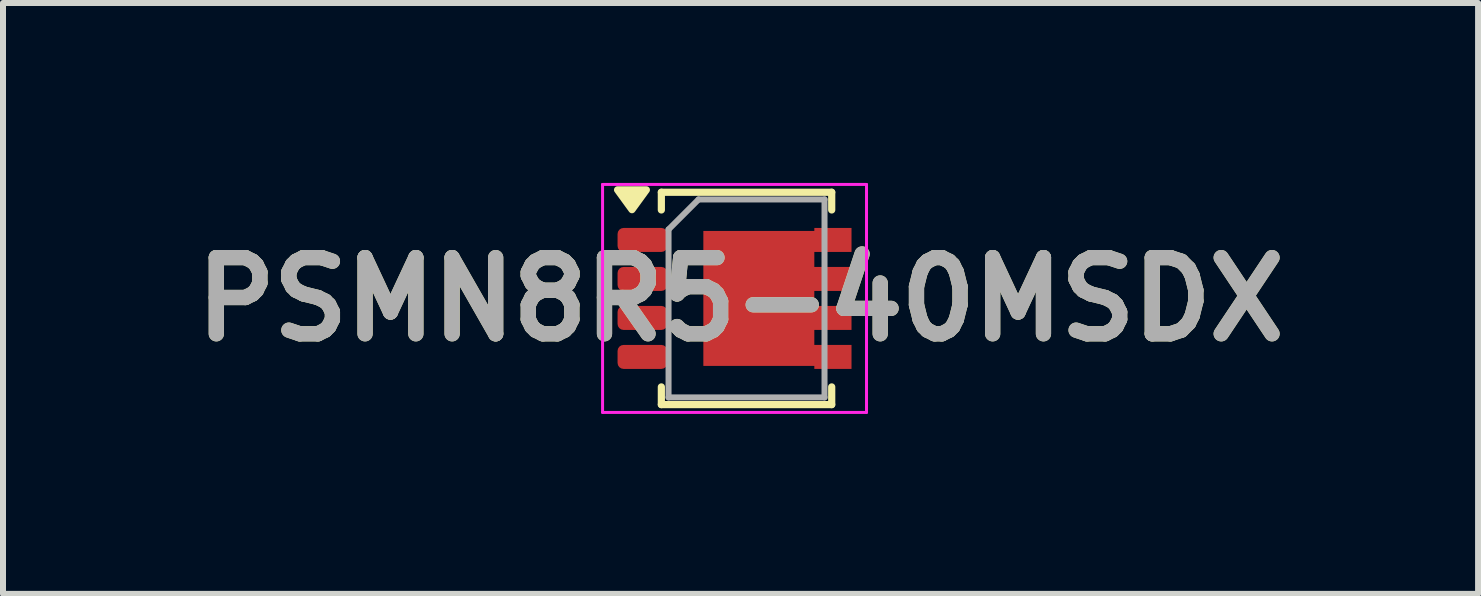
<source format=kicad_pcb>
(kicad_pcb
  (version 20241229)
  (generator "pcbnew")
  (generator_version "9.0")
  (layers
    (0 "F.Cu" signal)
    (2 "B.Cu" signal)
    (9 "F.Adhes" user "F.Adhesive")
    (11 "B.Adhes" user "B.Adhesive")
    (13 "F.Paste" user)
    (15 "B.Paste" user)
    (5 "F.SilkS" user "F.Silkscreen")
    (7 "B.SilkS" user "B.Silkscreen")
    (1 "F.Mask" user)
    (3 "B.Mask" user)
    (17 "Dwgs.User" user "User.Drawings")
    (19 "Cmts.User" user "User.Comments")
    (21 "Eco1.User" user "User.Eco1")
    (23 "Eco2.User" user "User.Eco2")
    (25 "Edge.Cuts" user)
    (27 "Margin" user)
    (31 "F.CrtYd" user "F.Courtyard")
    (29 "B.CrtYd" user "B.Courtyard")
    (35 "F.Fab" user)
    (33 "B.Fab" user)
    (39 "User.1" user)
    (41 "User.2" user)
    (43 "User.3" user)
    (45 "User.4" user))
  (footprint "PSMN8R5-40MSDX"
    (layer "F.Cu")
    (at 9.295 1.825)
    (property "Reference" "PSMN8R5-40MSDX" (at 0 0.115 0) (layer "F.SilkS") (effects (font (size 1.27 1.27) (thickness 0.254))))
    (attr smd)
    (fp_line (start -1.32 -1.67) (end -1.32 -1.375) (stroke (width 0.12) (type solid)) (layer "F.SilkS"))
    (fp_line (start -1.32 1.575) (end -1.32 1.87) (stroke (width 0.12) (type solid)) (layer "F.SilkS"))
    (fp_line (start -1.32 1.87) (end 1.52 1.87) (stroke (width 0.12) (type solid)) (layer "F.SilkS"))
    (fp_line (start 1.52 -1.67) (end -1.32 -1.67) (stroke (width 0.12) (type solid)) (layer "F.SilkS"))
    (fp_line (start 1.52 -1.375) (end 1.52 -1.67) (stroke (width 0.12) (type solid)) (layer "F.SilkS"))
    (fp_line (start 1.52 1.87) (end 1.52 1.575) (stroke (width 0.12) (type solid)) (layer "F.SilkS"))
    (fp_poly (pts (xy -1.81 -1.38) (xy -1.57 -1.71) (xy -2.05 -1.71) (xy -1.81 -1.38)) (stroke (width 0.12) (type solid)) (fill yes) (layer "F.SilkS"))
    (fp_line (start -2.3 -1.8) (end 2.1 -1.8) (stroke (width 0.05) (type solid)) (layer "F.CrtYd"))
    (fp_line (start -2.3 2) (end -2.3 -1.8) (stroke (width 0.05) (type solid)) (layer "F.CrtYd"))
    (fp_line (start -2.3 2) (end 2.1 2) (stroke (width 0.05) (type solid)) (layer "F.CrtYd"))
    (fp_line (start 2.1 -1.8) (end 2.1 2) (stroke (width 0.05) (type solid)) (layer "F.CrtYd"))
    (fp_line (start -1.2 -1.05) (end -1.2 1.75) (stroke (width 0.1) (type solid)) (layer "F.Fab"))
    (fp_line (start -1.2 1.75) (end 1.4 1.75) (stroke (width 0.1) (type solid)) (layer "F.Fab"))
    (fp_line (start -0.7 -1.55) (end -1.2 -1.05) (stroke (width 0.1) (type solid)) (layer "F.Fab"))
    (fp_line (start -0.7 -1.55) (end 1.4 -1.55) (stroke (width 0.1) (type solid)) (layer "F.Fab"))
    (fp_line (start 1.4 1.75) (end 1.4 -1.55) (stroke (width 0.1) (type solid)) (layer "F.Fab"))
    (fp_text user "${REFERENCE}" (at 0 0.115 0) (layer "F.Fab") (effects (font (size 1.27 1.27) (thickness 0.254))))
    (pad "" smd roundrect (at -1.635 -0.875) (size 0.83 0.3) (layers "F.Paste") (roundrect_rratio 0.25))
    (pad "" smd roundrect (at -1.635 -0.225) (size 0.83 0.3) (layers "F.Paste") (roundrect_rratio 0.25))
    (pad "" smd roundrect (at -1.635 0.425) (size 0.83 0.3) (layers "F.Paste") (roundrect_rratio 0.25))
    (pad "" smd roundrect (at -1.635 1.075) (size 0.83 0.3) (layers "F.Paste") (roundrect_rratio 0.25))
    (pad "" smd roundrect (at -0.315 -0.526) (size 0.51 0.635) (layers "F.Paste") (roundrect_rratio 0.25))
    (pad "" smd roundrect (at -0.315 0.726) (size 0.51 0.635) (layers "F.Paste") (roundrect_rratio 0.25))
    (pad "" smd roundrect (at 0.545 -0.526) (size 0.51 0.635) (layers "F.Paste") (roundrect_rratio 0.25))
    (pad "" smd roundrect (at 0.545 0.726) (size 0.51 0.635) (layers "F.Paste") (roundrect_rratio 0.25))
    (pad "" smd roundrect (at 1.475 -0.875) (size 0.83 0.3) (layers "F.Paste") (roundrect_rratio 0.25))
    (pad "" smd roundrect (at 1.475 -0.225) (size 0.83 0.3) (layers "F.Paste") (roundrect_rratio 0.25))
    (pad "" smd roundrect (at 1.475 0.425) (size 0.83 0.3) (layers "F.Paste") (roundrect_rratio 0.25))
    (pad "" smd roundrect (at 1.475 1.075) (size 0.83 0.3) (layers "F.Paste") (roundrect_rratio 0.25))
    (pad "1" smd roundrect (at -1.635 -0.875) (size 0.83 0.4) (layers "F.Cu" "F.Mask") (roundrect_rratio 0.25))
    (pad "1" smd roundrect (at -1.635 -0.225) (size 0.83 0.4) (layers "F.Cu" "F.Mask") (roundrect_rratio 0.25))
    (pad "1" smd roundrect (at -1.635 0.425) (size 0.83 0.4) (layers "F.Cu" "F.Mask") (roundrect_rratio 0.25))
    (pad "2" smd roundrect (at -1.635 1.075) (size 0.83 0.4) (layers "F.Cu" "F.Mask") (roundrect_rratio 0.25))
    (pad "3" smd custom (at 0.305 0.1) (size 1.85 2.25) (layers "F.Cu" "F.Mask") (options (anchor rect)) (primitives (gr_poly (pts (xy 1.545 -0.775) (xy 0.925 -0.775) (xy 0.925 -1.175) (xy 1.545 -1.175)) (width 0) (fill yes)) (gr_poly (pts (xy 1.545 -0.125) (xy 0.925 -0.125) (xy 0.925 -0.525) (xy 1.545 -0.525)) (width 0) (fill yes)) (gr_poly (pts (xy 1.545 0.525) (xy 0.925 0.525) (xy 0.925 0.125) (xy 1.545 0.125)) (width 0) (fill yes)) (gr_poly (pts (xy 1.545 1.175) (xy 0.925 1.175) (xy 0.925 0.775) (xy 1.545 0.775)) (width 0) (fill yes)))))
  (gr_rect
    (start -3 -3)
    (end 21.59 6.85)
    (stroke (width 0.1) (type default))
    (fill no)
    (layer "Edge.Cuts")))
</source>
